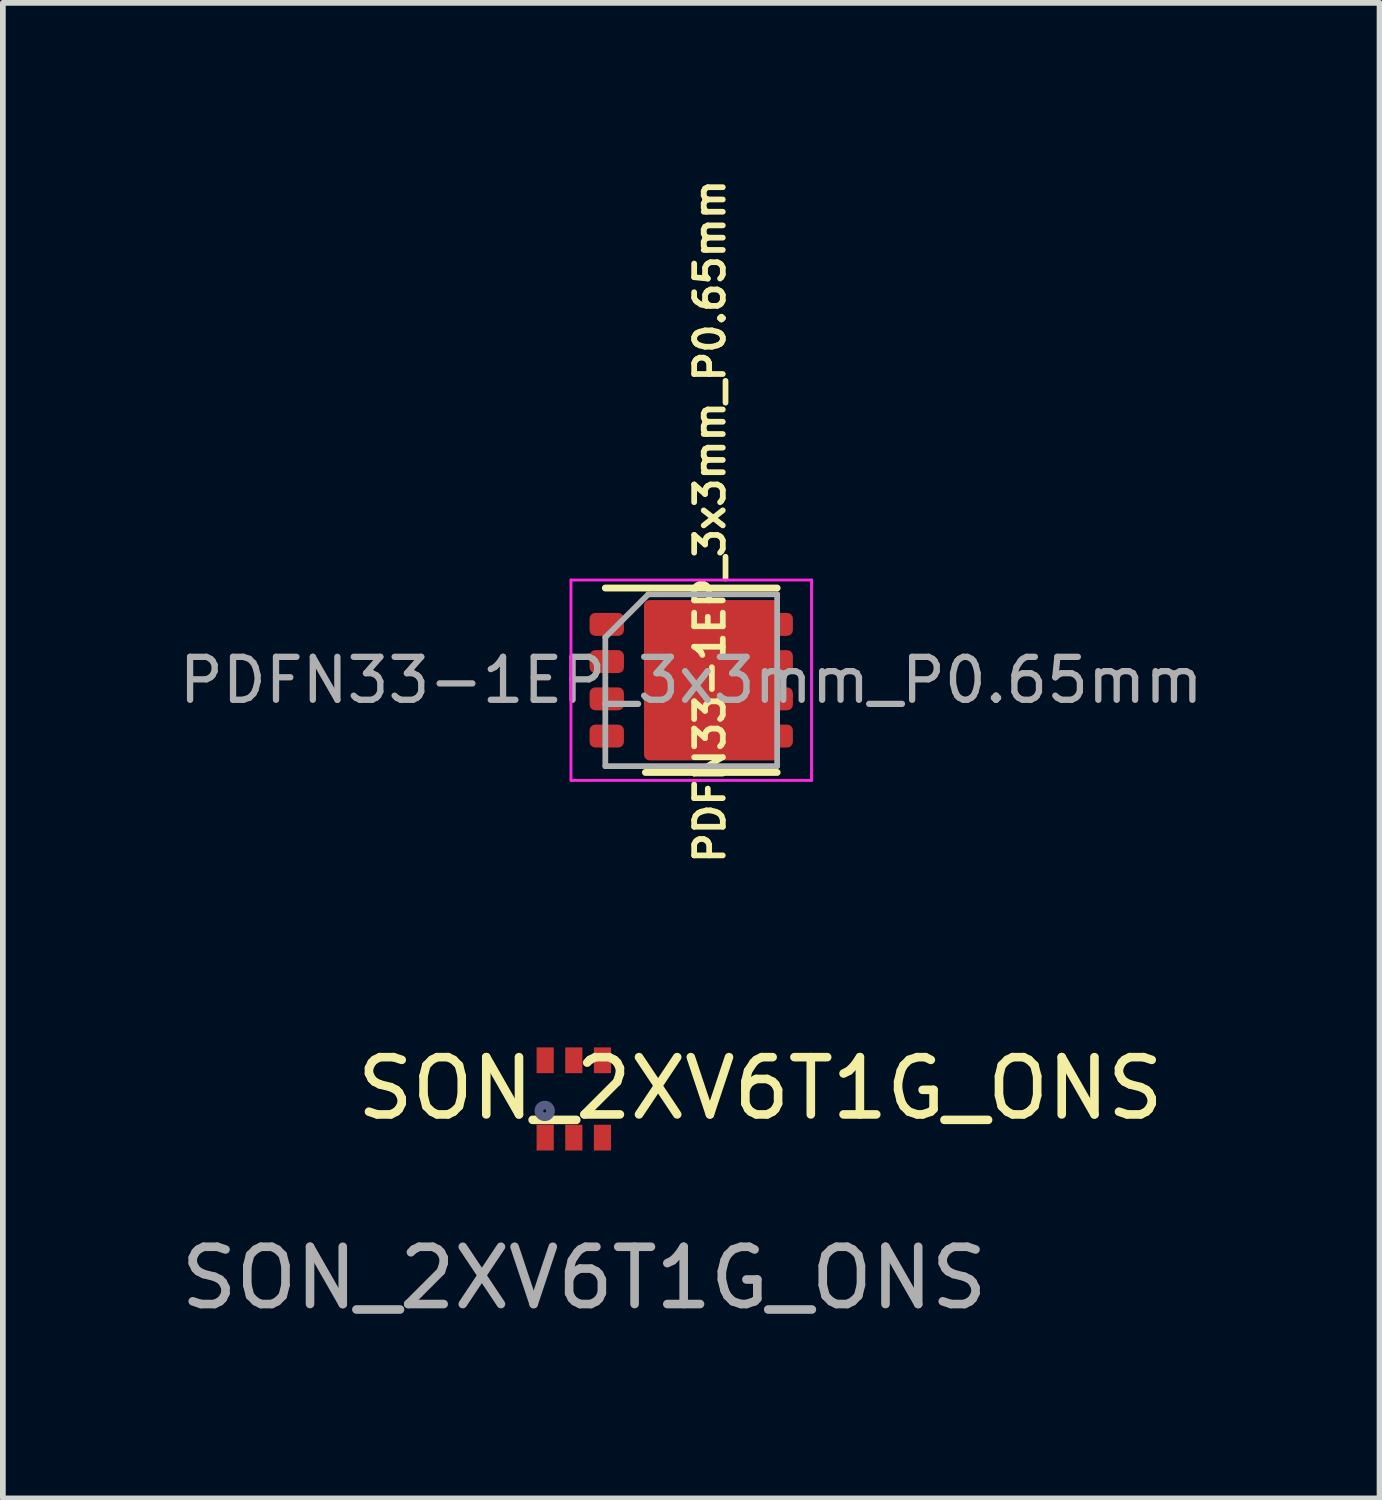
<source format=kicad_pcb>
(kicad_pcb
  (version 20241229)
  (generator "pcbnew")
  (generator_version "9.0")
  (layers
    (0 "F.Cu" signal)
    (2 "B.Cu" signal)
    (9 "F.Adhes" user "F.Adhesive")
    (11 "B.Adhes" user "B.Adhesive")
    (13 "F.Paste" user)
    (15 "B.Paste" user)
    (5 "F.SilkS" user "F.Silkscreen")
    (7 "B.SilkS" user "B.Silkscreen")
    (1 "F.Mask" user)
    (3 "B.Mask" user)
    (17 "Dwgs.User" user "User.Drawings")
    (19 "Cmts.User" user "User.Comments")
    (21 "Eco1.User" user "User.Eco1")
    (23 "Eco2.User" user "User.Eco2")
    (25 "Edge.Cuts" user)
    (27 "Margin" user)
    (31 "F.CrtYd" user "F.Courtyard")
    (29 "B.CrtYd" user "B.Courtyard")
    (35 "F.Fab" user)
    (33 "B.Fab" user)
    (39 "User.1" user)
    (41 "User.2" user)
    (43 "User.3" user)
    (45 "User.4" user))
  (footprint "PDFN33-1EP_3x3mm_P0.65mm"
    (layer "F.Cu")
    (at 9.019 8.827)
    (property "Reference" "PDFN33-1EP_3x3mm_P0.65mm" (at 0.325 -2.775 270) (layer "F.SilkS") (effects (font (size 0.5 0.5) (thickness 0.1) (bold yes))))
    (attr smd)
    (fp_line (start -1.5 -1.61) (end 1.5 -1.61) (stroke (width 0.12) (type solid)) (layer "F.SilkS"))
    (fp_line (start -0.8 1.61) (end 1.5 1.61) (stroke (width 0.12) (type solid)) (layer "F.SilkS"))
    (fp_line (start -2.1 -1.75) (end -2.1 1.75) (stroke (width 0.05) (type solid)) (layer "F.CrtYd"))
    (fp_line (start -2.1 1.75) (end 2.1 1.75) (stroke (width 0.05) (type solid)) (layer "F.CrtYd"))
    (fp_line (start 2.1 -1.75) (end -2.1 -1.75) (stroke (width 0.05) (type solid)) (layer "F.CrtYd"))
    (fp_line (start 2.1 1.75) (end 2.1 -1.75) (stroke (width 0.05) (type solid)) (layer "F.CrtYd"))
    (fp_line (start -1.5 -0.75) (end -0.75 -1.5) (stroke (width 0.1) (type solid)) (layer "F.Fab"))
    (fp_line (start -1.5 1.5) (end -1.5 -0.75) (stroke (width 0.1) (type solid)) (layer "F.Fab"))
    (fp_line (start -0.75 -1.5) (end 1.5 -1.5) (stroke (width 0.1) (type solid)) (layer "F.Fab"))
    (fp_line (start 1.5 -1.5) (end 1.5 1.5) (stroke (width 0.1) (type solid)) (layer "F.Fab"))
    (fp_line (start 1.5 1.5) (end -1.5 1.5) (stroke (width 0.1) (type solid)) (layer "F.Fab"))
    (fp_text user "${REFERENCE}" (at 0 0 180) (layer "F.Fab") (effects (font (size 0.75 0.75) (thickness 0.11))))
    (pad "" smd roundrect (at -0.3 -0.6) (size 0.8 1.1) (layers "F.Paste") (roundrect_rratio 0.25))
    (pad "" smd roundrect (at -0.3 0.6) (size 0.8 1.1) (layers "F.Paste") (roundrect_rratio 0.25))
    (pad "" smd roundrect (at 0.65 -0.6) (size 0.8 1.1) (layers "F.Paste") (roundrect_rratio 0.25))
    (pad "" smd roundrect (at 0.65 0.6) (size 0.8 1.1) (layers "F.Paste") (roundrect_rratio 0.25))
    (pad "1" smd roundrect (at -1.475 -0.975) (size 0.6 0.4) (layers "F.Cu" "F.Mask" "F.Paste") (roundrect_rratio 0.25))
    (pad "2" smd roundrect (at -1.475 -0.325) (size 0.6 0.4) (layers "F.Cu" "F.Mask" "F.Paste") (roundrect_rratio 0.25))
    (pad "3" smd roundrect (at -1.475 0.325) (size 0.6 0.4) (layers "F.Cu" "F.Mask" "F.Paste") (roundrect_rratio 0.25))
    (pad "4" smd roundrect (at -1.475 0.975) (size 0.6 0.4) (layers "F.Cu" "F.Mask" "F.Paste") (roundrect_rratio 0.25))
    (pad "5" smd roundrect (at 1.475 0.975) (size 0.6 0.4) (layers "F.Cu" "F.Mask" "F.Paste") (roundrect_rratio 0.25))
    (pad "6" smd roundrect (at 1.475 0.325) (size 0.6 0.4) (layers "F.Cu" "F.Mask" "F.Paste") (roundrect_rratio 0.25))
    (pad "7" smd roundrect (at 1.475 -0.325) (size 0.6 0.4) (layers "F.Cu" "F.Mask" "F.Paste") (roundrect_rratio 0.25))
    (pad "8" smd roundrect (at 0.35 0) (size 2.35 2.8) (layers "F.Cu" "F.Mask") (roundrect_rratio 0.043))
    (pad "8" smd roundrect (at 1.475 -0.975) (size 0.6 0.4) (layers "F.Cu" "F.Mask" "F.Paste") (roundrect_rratio 0.25)))
  (footprint "SON_2XV6T1G_ONS"
    (layer "F.Cu")
    (at 6.599 16.964)
    (property "Reference" "SON_2XV6T1G_ONS" (at 3.627 -1.011 0) (unlocked yes) (layer "F.SilkS") (effects (font (size 1 1) (thickness 0.15))))
    (attr smd)
    (fp_rect (start -0.471 -1.477) (end 1.229 -0.177) (stroke (width 0.1) (type default)) (fill no) (layer "Margin"))
    (fp_circle (center -0.138 -0.617) (end -0.036 -0.617) (stroke (width 0.152) (type solid)) (fill no) (layer "B.Fab"))
    (fp_text user "${REFERENCE}" (at 0.55 2.3 0) (unlocked yes) (layer "F.Fab") (effects (font (size 1 1) (thickness 0.15))))
    (pad "1" smd rect (at -0.13 -0.151 180) (size 0.3 0.45) (layers "F.Cu" "F.Mask" "F.Paste"))
    (pad "2" smd rect (at 0.37 -0.151 180) (size 0.3 0.45) (layers "F.Cu" "F.Mask" "F.Paste"))
    (pad "3" smd rect (at 0.87 -0.151 180) (size 0.3 0.45) (layers "F.Cu" "F.Mask" "F.Paste"))
    (pad "4" smd rect (at 0.87 -1.501 180) (size 0.3 0.45) (layers "F.Cu" "F.Mask" "F.Paste"))
    (pad "5" smd rect (at 0.37 -1.501 180) (size 0.3 0.45) (layers "F.Cu" "F.Mask" "F.Paste"))
    (pad "6" smd rect (at -0.13 -1.501 180) (size 0.3 0.45) (layers "F.Cu" "F.Mask" "F.Paste")))
  (gr_rect
    (start -3 -3)
    (end 21.037 23.112)
    (stroke (width 0.1) (type default))
    (fill no)
    (layer "Edge.Cuts")))
</source>
